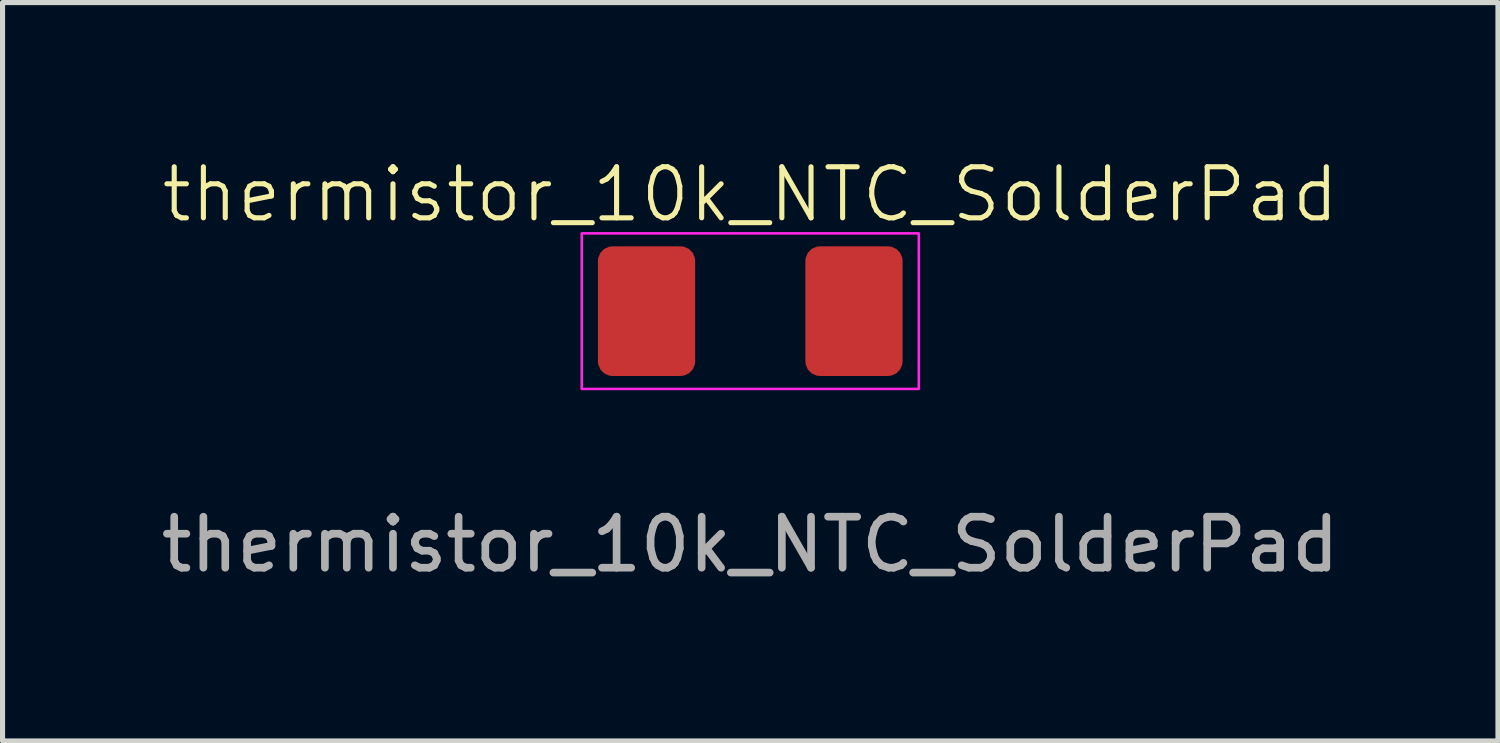
<source format=kicad_pcb>
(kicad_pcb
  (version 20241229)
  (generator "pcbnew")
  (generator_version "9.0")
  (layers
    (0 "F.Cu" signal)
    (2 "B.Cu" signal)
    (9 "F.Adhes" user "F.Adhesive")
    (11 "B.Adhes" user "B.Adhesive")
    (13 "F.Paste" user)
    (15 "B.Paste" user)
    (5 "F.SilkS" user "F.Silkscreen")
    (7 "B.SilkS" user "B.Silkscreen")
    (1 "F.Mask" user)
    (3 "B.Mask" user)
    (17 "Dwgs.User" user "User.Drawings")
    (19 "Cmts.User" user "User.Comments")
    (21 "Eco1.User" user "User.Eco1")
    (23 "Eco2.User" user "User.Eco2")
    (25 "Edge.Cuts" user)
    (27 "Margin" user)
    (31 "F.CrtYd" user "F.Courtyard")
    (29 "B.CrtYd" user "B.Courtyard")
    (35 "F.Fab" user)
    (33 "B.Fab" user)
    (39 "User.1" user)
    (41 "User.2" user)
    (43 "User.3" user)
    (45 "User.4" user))
  (footprint "thermistor_10k_NTC_SolderPad"
    (layer "F.Cu")
    (at 11.649 3.046)
    (property "Reference" "thermistor_10k_NTC_SolderPad" (at 0 -2.286 0) (unlocked yes) (layer "F.SilkS") (effects (font (size 1 1) (thickness 0.1))))
    (attr smd)
    (fp_rect (start -3.302 -1.524) (end 3.302 1.524) (stroke (width 0.05) (type default)) (fill no) (layer "F.CrtYd"))
    (fp_text user "${REFERENCE}" (at 0 4.572 0) (unlocked yes) (layer "F.Fab") (effects (font (size 1 1) (thickness 0.15))))
    (pad "1" smd roundrect (at -2.032 0) (size 1.905 2.54) (layers "F.Cu" "F.Mask" "F.Paste") (roundrect_rratio 0.15))
    (pad "2" smd roundrect (at 2.032 0) (size 1.905 2.54) (layers "F.Cu" "F.Mask" "F.Paste") (roundrect_rratio 0.15)))
  (gr_rect
    (start -3 -3)
    (end 26.298 11.467)
    (stroke (width 0.1) (type default))
    (fill no)
    (layer "Edge.Cuts")))
</source>
